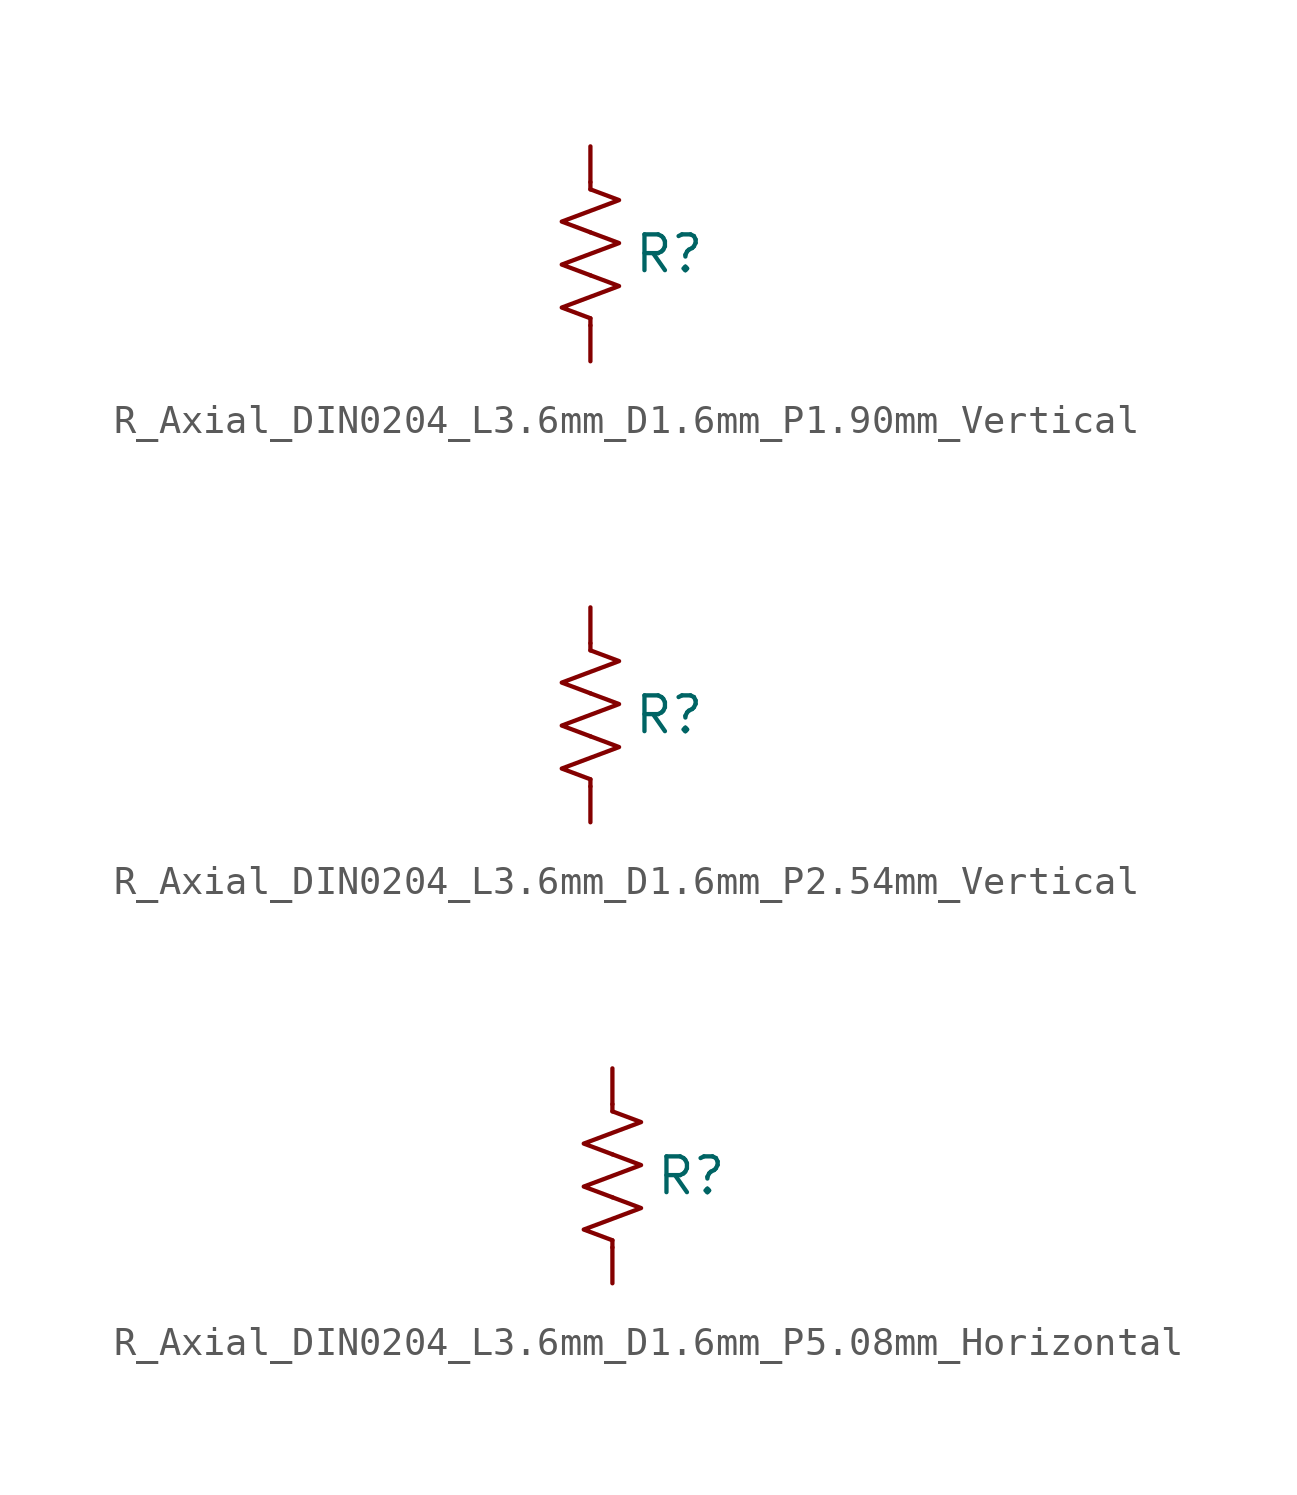
<source format=kicad_sym>
(kicad_symbol_lib
  (version 20241209)
  (generator "kicad_symbol_editor")
  (generator_version "9.0")
  (symbol "R_Axial_DIN0204_L3.6mm_D1.6mm_P1.90mm_Vertical"
    (pin_numbers
      (hide yes))
    (pin_names
      (hide yes))
    (property "Reference" "R"
      (at 2.794 0 0)
      (effects (font (size 1.27 1.27))))
    (property "Value" ""
      (at 0 0 0)
      (effects (font (size 1.27 1.27))))
    (symbol "R_Axial_DIN0204_L3.6mm_D1.6mm_P1.90mm_Vertical_0_1"
      (polyline (pts (xy 0 2.286) (xy 0 2.54)) (stroke (width 0) (type default)) (fill (type none)))
      (polyline (pts (xy 0 2.286) (xy 1.016 1.905) (xy 0 1.524) (xy -1.016 1.143) (xy 0 0.762)) (stroke (width 0) (type default)) (fill (type none)))
      (polyline (pts (xy 0 0.762) (xy 1.016 0.381) (xy 0 0) (xy -1.016 -0.381) (xy 0 -0.762)) (stroke (width 0) (type default)) (fill (type none)))
      (polyline (pts (xy 0 -0.762) (xy 1.016 -1.143) (xy 0 -1.524) (xy -1.016 -1.905) (xy 0 -2.286)) (stroke (width 0) (type default)) (fill (type none)))
      (polyline (pts (xy 0 -2.286) (xy 0 -2.54)) (stroke (width 0) (type default)) (fill (type none))))
    (symbol "R_Axial_DIN0204_L3.6mm_D1.6mm_P1.90mm_Vertical_1_1"
      (pin passive line (at 0 3.81 270) (length 1.27) (name "1" (effects (font (size 1.27 1.27)))) (number "1" (effects (font (size 1.27 1.27)))))
      (pin passive line (at 0 -3.81 90) (length 1.27) (name "1" (effects (font (size 1.27 1.27)))) (number "2" (effects (font (size 1.27 1.27)))))))
  (symbol "R_Axial_DIN0204_L3.6mm_D1.6mm_P2.54mm_Vertical"
    (pin_numbers
      (hide yes))
    (pin_names
      (hide yes))
    (property "Reference" "R"
      (at 2.794 0 0)
      (effects (font (size 1.27 1.27))))
    (property "Value" ""
      (at 0 0 0)
      (effects (font (size 1.27 1.27))))
    (symbol "R_Axial_DIN0204_L3.6mm_D1.6mm_P2.54mm_Vertical_0_1"
      (polyline (pts (xy 0 2.286) (xy 0 2.54)) (stroke (width 0) (type default)) (fill (type none)))
      (polyline (pts (xy 0 2.286) (xy 1.016 1.905) (xy 0 1.524) (xy -1.016 1.143) (xy 0 0.762)) (stroke (width 0) (type default)) (fill (type none)))
      (polyline (pts (xy 0 0.762) (xy 1.016 0.381) (xy 0 0) (xy -1.016 -0.381) (xy 0 -0.762)) (stroke (width 0) (type default)) (fill (type none)))
      (polyline (pts (xy 0 -0.762) (xy 1.016 -1.143) (xy 0 -1.524) (xy -1.016 -1.905) (xy 0 -2.286)) (stroke (width 0) (type default)) (fill (type none)))
      (polyline (pts (xy 0 -2.286) (xy 0 -2.54)) (stroke (width 0) (type default)) (fill (type none))))
    (symbol "R_Axial_DIN0204_L3.6mm_D1.6mm_P2.54mm_Vertical_1_1"
      (pin passive line (at 0 3.81 270) (length 1.27) (name "1" (effects (font (size 1.27 1.27)))) (number "1" (effects (font (size 1.27 1.27)))))
      (pin passive line (at 0 -3.81 90) (length 1.27) (name "1" (effects (font (size 1.27 1.27)))) (number "2" (effects (font (size 1.27 1.27)))))))
  (symbol "R_Axial_DIN0204_L3.6mm_D1.6mm_P5.08mm_Horizontal"
    (pin_numbers
      (hide yes))
    (pin_names
      (hide yes))
    (property "Reference" "R"
      (at 2.794 0 0)
      (effects (font (size 1.27 1.27))))
    (property "Value" ""
      (at 0 0 0)
      (effects (font (size 1.27 1.27))))
    (symbol "R_Axial_DIN0204_L3.6mm_D1.6mm_P5.08mm_Horizontal_0_1"
      (polyline (pts (xy 0 2.286) (xy 0 2.54)) (stroke (width 0) (type default)) (fill (type none)))
      (polyline (pts (xy 0 2.286) (xy 1.016 1.905) (xy 0 1.524) (xy -1.016 1.143) (xy 0 0.762)) (stroke (width 0) (type default)) (fill (type none)))
      (polyline (pts (xy 0 0.762) (xy 1.016 0.381) (xy 0 0) (xy -1.016 -0.381) (xy 0 -0.762)) (stroke (width 0) (type default)) (fill (type none)))
      (polyline (pts (xy 0 -0.762) (xy 1.016 -1.143) (xy 0 -1.524) (xy -1.016 -1.905) (xy 0 -2.286)) (stroke (width 0) (type default)) (fill (type none)))
      (polyline (pts (xy 0 -2.286) (xy 0 -2.54)) (stroke (width 0) (type default)) (fill (type none))))
    (symbol "R_Axial_DIN0204_L3.6mm_D1.6mm_P5.08mm_Horizontal_1_1"
      (pin passive line (at 0 3.81 270) (length 1.27) (name "1" (effects (font (size 1.27 1.27)))) (number "1" (effects (font (size 1.27 1.27)))))
      (pin passive line (at 0 -3.81 90) (length 1.27) (name "1" (effects (font (size 1.27 1.27)))) (number "2" (effects (font (size 1.27 1.27))))))))
</source>
